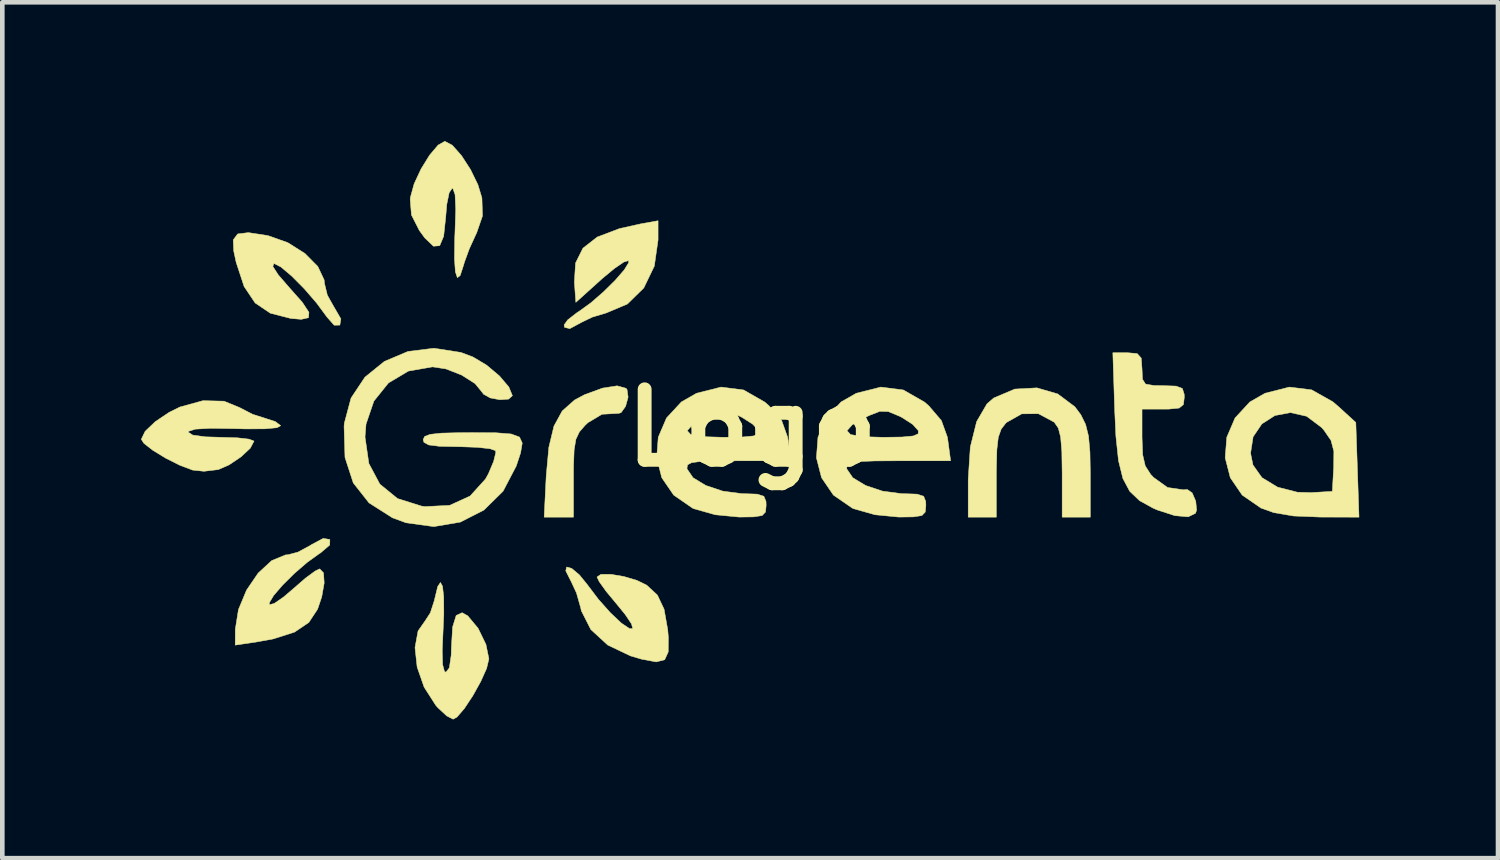
<source format=kicad_pcb>
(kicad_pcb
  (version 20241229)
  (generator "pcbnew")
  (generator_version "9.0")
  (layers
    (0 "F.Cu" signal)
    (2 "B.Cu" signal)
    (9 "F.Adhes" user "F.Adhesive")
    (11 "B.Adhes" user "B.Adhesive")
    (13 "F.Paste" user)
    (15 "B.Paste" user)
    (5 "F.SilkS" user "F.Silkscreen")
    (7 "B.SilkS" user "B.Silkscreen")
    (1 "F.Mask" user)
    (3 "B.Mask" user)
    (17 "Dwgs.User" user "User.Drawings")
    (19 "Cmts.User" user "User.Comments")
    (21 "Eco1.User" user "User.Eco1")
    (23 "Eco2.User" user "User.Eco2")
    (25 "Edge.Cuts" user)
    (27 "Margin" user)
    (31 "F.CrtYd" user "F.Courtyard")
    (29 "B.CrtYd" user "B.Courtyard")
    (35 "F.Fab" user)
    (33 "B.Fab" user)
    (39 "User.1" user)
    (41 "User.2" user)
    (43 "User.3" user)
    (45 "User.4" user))
  (footprint "Logo"
    (layer "F.Cu")
    (at 13.212 6.203)
    (property "Reference" "Logo" (at 0 0 0) (layer "F.SilkS") (effects (font (size 1.524 1.524) (thickness 0.3))))
    (attr through_hole)
    (fp_poly (pts (xy -2.726 -0.857) (xy -2.703 -0.83) (xy -2.68 -0.665) (xy -2.734 -0.467) (xy -2.831 -0.331) (xy -2.882 -0.315) (xy -3.246 -0.295) (xy -3.55 -0.113) (xy -3.611 -0.055) (xy -3.734 0.087) (xy -3.809 0.246) (xy -3.847 0.476) (xy -3.86 0.83) (xy -3.861 1.062) (xy -3.861 1.93) (xy -4.495 1.93) (xy -4.451 1.041) (xy -4.394 0.42) (xy -4.284 -0.038) (xy -4.105 -0.366) (xy -3.839 -0.602) (xy -3.625 -0.717) (xy -3.232 -0.861) (xy -2.918 -0.91) (xy -2.726 -0.857)) (stroke (width 0.01) (type solid)) (fill yes) (layer "F.SilkS"))
    (fp_poly (pts (xy -2.032 -4.065) (xy -2.113 -3.499) (xy -2.341 -3.026) (xy -2.695 -2.679) (xy -3.15 -2.487) (xy -3.453 -2.396) (xy -3.698 -2.278) (xy -3.706 -2.273) (xy -3.94 -2.147) (xy -4.054 -2.174) (xy -4.064 -2.227) (xy -3.986 -2.336) (xy -3.791 -2.488) (xy -3.734 -2.525) (xy -3.481 -2.708) (xy -3.209 -2.945) (xy -2.957 -3.194) (xy -2.763 -3.418) (xy -2.667 -3.574) (xy -2.67 -3.618) (xy -2.771 -3.588) (xy -2.977 -3.447) (xy -3.245 -3.225) (xy -3.273 -3.199) (xy -3.81 -2.715) (xy -3.842 -3.153) (xy -3.816 -3.566) (xy -3.657 -3.886) (xy -3.347 -4.128) (xy -2.867 -4.31) (xy -2.413 -4.411) (xy -2.032 -4.48) (xy -2.032 -4.065)) (stroke (width 0.01) (type solid)) (fill yes) (layer "F.SilkS"))
    (fp_poly (pts (xy 6.61 -0.735) (xy 6.981 -0.457) (xy 7.109 -0.286) (xy 7.213 -0.075) (xy 7.276 0.178) (xy 7.307 0.527) (xy 7.315 0.991) (xy 7.315 1.93) (xy 6.706 1.93) (xy 6.706 0.981) (xy 6.699 0.51) (xy 6.673 0.199) (xy 6.623 0.004) (xy 6.54 -0.116) (xy 6.528 -0.127) (xy 6.192 -0.307) (xy 5.832 -0.304) (xy 5.504 -0.119) (xy 5.486 -0.102) (xy 5.387 0.027) (xy 5.325 0.202) (xy 5.294 0.47) (xy 5.284 0.881) (xy 5.283 1.016) (xy 5.283 1.93) (xy 4.674 1.93) (xy 4.674 1.12) (xy 4.72 0.413) (xy 4.857 -0.137) (xy 5.08 -0.52) (xy 5.226 -0.647) (xy 5.682 -0.84) (xy 6.16 -0.866) (xy 6.61 -0.735)) (stroke (width 0.01) (type solid)) (fill yes) (layer "F.SilkS"))
    (fp_poly (pts (xy -10.502 -4.164) (xy -10.459 -4.155) (xy -10.04 -4.007) (xy -9.668 -3.772) (xy -9.39 -3.491) (xy -9.253 -3.201) (xy -9.246 -3.126) (xy -9.183 -2.869) (xy -9.033 -2.602) (xy -9.029 -2.597) (xy -8.891 -2.358) (xy -8.913 -2.223) (xy -9.036 -2.221) (xy -9.193 -2.399) (xy -9.416 -2.701) (xy -9.683 -3.01) (xy -9.954 -3.283) (xy -10.186 -3.479) (xy -10.337 -3.556) (xy -10.339 -3.556) (xy -10.362 -3.491) (xy -10.245 -3.31) (xy -10.022 -3.052) (xy -9.726 -2.718) (xy -9.582 -2.501) (xy -9.59 -2.383) (xy -9.747 -2.348) (xy -9.973 -2.367) (xy -10.416 -2.48) (xy -10.745 -2.702) (xy -10.984 -3.059) (xy -11.155 -3.579) (xy -11.208 -3.826) (xy -11.219 -4.066) (xy -11.123 -4.194) (xy -10.892 -4.223) (xy -10.502 -4.164)) (stroke (width 0.01) (type solid)) (fill yes) (layer "F.SilkS"))
    (fp_poly (pts (xy -9.129 2.413) (xy -9.132 2.533) (xy -9.33 2.702) (xy -9.365 2.724) (xy -9.623 2.91) (xy -9.898 3.148) (xy -10.151 3.399) (xy -10.344 3.623) (xy -10.438 3.78) (xy -10.435 3.823) (xy -10.332 3.796) (xy -10.13 3.657) (xy -9.91 3.469) (xy -9.653 3.246) (xy -9.446 3.094) (xy -9.349 3.048) (xy -9.266 3.134) (xy -9.252 3.355) (xy -9.305 3.655) (xy -9.394 3.919) (xy -9.584 4.207) (xy -9.893 4.416) (xy -10.353 4.563) (xy -10.693 4.625) (xy -11.176 4.697) (xy -11.174 4.355) (xy -11.106 3.929) (xy -10.931 3.508) (xy -10.68 3.14) (xy -10.388 2.87) (xy -10.087 2.746) (xy -10.035 2.743) (xy -9.82 2.686) (xy -9.561 2.547) (xy -9.533 2.528) (xy -9.273 2.389) (xy -9.129 2.413)) (stroke (width 0.01) (type solid)) (fill yes) (layer "F.SilkS"))
    (fp_poly (pts (xy -6.693 3.424) (xy -6.667 3.659) (xy -6.665 4.031) (xy -6.678 4.318) (xy -6.699 4.808) (xy -6.691 5.117) (xy -6.652 5.264) (xy -6.619 5.283) (xy -6.545 5.187) (xy -6.506 4.919) (xy -6.501 4.75) (xy -6.475 4.306) (xy -6.398 4.056) (xy -6.269 3.996) (xy -6.148 4.063) (xy -5.924 4.332) (xy -5.754 4.682) (xy -5.69 4.994) (xy -5.739 5.2) (xy -5.867 5.485) (xy -6.038 5.792) (xy -6.22 6.067) (xy -6.38 6.253) (xy -6.464 6.299) (xy -6.603 6.227) (xy -6.794 6.05) (xy -6.84 5.997) (xy -7.091 5.605) (xy -7.242 5.172) (xy -7.288 4.75) (xy -7.222 4.391) (xy -7.069 4.172) (xy -6.956 3.998) (xy -6.869 3.729) (xy -6.864 3.705) (xy -6.797 3.43) (xy -6.738 3.342) (xy -6.693 3.424)) (stroke (width 0.01) (type solid)) (fill yes) (layer "F.SilkS"))
    (fp_poly (pts (xy -6.481 -6.112) (xy -6.284 -5.89) (xy -6.088 -5.588) (xy -5.928 -5.26) (xy -5.841 -4.973) (xy -5.829 -4.583) (xy -5.958 -4.209) (xy -5.969 -4.189) (xy -6.114 -3.872) (xy -6.222 -3.576) (xy -6.234 -3.531) (xy -6.311 -3.295) (xy -6.372 -3.248) (xy -6.415 -3.376) (xy -6.435 -3.664) (xy -6.429 -4.099) (xy -6.424 -4.216) (xy -6.407 -4.726) (xy -6.422 -5.044) (xy -6.468 -5.176) (xy -6.484 -5.182) (xy -6.549 -5.087) (xy -6.601 -4.833) (xy -6.625 -4.547) (xy -6.668 -4.145) (xy -6.754 -3.94) (xy -6.889 -3.929) (xy -7.078 -4.11) (xy -7.193 -4.267) (xy -7.365 -4.605) (xy -7.392 -4.941) (xy -7.387 -4.988) (xy -7.307 -5.278) (xy -7.157 -5.6) (xy -6.973 -5.898) (xy -6.788 -6.116) (xy -6.642 -6.198) (xy -6.481 -6.112)) (stroke (width 0.01) (type solid)) (fill yes) (layer "F.SilkS"))
    (fp_poly (pts (xy -3.9 3.038) (xy -3.735 3.176) (xy -3.572 3.376) (xy -3.323 3.705) (xy -3.062 3.998) (xy -2.826 4.221) (xy -2.65 4.339) (xy -2.579 4.34) (xy -2.607 4.237) (xy -2.744 4.033) (xy -2.934 3.8) (xy -3.154 3.535) (xy -3.305 3.324) (xy -3.353 3.224) (xy -3.267 3.166) (xy -3.053 3.166) (xy -2.773 3.213) (xy -2.489 3.297) (xy -2.278 3.4) (xy -2.047 3.614) (xy -1.902 3.92) (xy -1.823 4.365) (xy -1.809 4.537) (xy -1.812 4.844) (xy -1.889 5.013) (xy -2.072 5.06) (xy -2.392 5) (xy -2.629 4.93) (xy -3.12 4.696) (xy -3.486 4.36) (xy -3.691 3.956) (xy -3.706 3.887) (xy -3.796 3.57) (xy -3.92 3.303) (xy -3.925 3.297) (xy -4.028 3.091) (xy -4.009 3.007) (xy -3.9 3.038)) (stroke (width 0.01) (type solid)) (fill yes) (layer "F.SilkS"))
    (fp_poly (pts (xy -11.417 -0.578) (xy -11.083 -0.441) (xy -10.798 -0.294) (xy -10.534 -0.21) (xy -10.308 -0.137) (xy -10.193 -0.049) (xy -10.193 -0.048) (xy -10.273 -0.004) (xy -10.534 0.02) (xy -10.956 0.022) (xy -11.176 0.016) (xy -11.706 0.008) (xy -12.04 0.027) (xy -12.185 0.074) (xy -12.192 0.092) (xy -12.095 0.155) (xy -11.818 0.193) (xy -11.481 0.203) (xy -11.13 0.214) (xy -10.876 0.243) (xy -10.77 0.284) (xy -10.77 0.287) (xy -10.851 0.44) (xy -11.052 0.627) (xy -11.309 0.8) (xy -11.541 0.901) (xy -11.851 0.938) (xy -12.097 0.912) (xy -12.371 0.809) (xy -12.676 0.656) (xy -12.955 0.486) (xy -13.15 0.334) (xy -13.207 0.246) (xy -13.124 0.074) (xy -12.905 -0.135) (xy -12.603 -0.338) (xy -12.372 -0.452) (xy -11.873 -0.589) (xy -11.417 -0.578)) (stroke (width 0.01) (type solid)) (fill yes) (layer "F.SilkS"))
    (fp_poly (pts (xy 12.101 -0.823) (xy 12.559 -0.565) (xy 12.683 -0.459) (xy 13.056 -0.118) (xy 13.091 0.906) (xy 13.125 1.93) (xy 12.278 1.928) (xy 11.709 1.905) (xy 11.282 1.832) (xy 11.005 1.733) (xy 10.599 1.453) (xy 10.342 1.077) (xy 10.231 0.646) (xy 10.239 0.547) (xy 10.78 0.547) (xy 10.832 0.802) (xy 11.027 1.076) (xy 11.365 1.281) (xy 11.795 1.391) (xy 12.09 1.399) (xy 12.548 1.372) (xy 12.578 0.845) (xy 12.581 0.505) (xy 12.52 0.272) (xy 12.369 0.052) (xy 12.315 -0.01) (xy 11.992 -0.252) (xy 11.643 -0.331) (xy 11.307 -0.268) (xy 11.024 -0.086) (xy 10.835 0.193) (xy 10.78 0.547) (xy 10.239 0.547) (xy 10.266 0.202) (xy 10.444 -0.214) (xy 10.764 -0.561) (xy 11.092 -0.749) (xy 11.619 -0.883) (xy 12.101 -0.823)) (stroke (width 0.01) (type solid)) (fill yes) (layer "F.SilkS"))
    (fp_poly (pts (xy 8.329 -1.607) (xy 8.416 -1.509) (xy 8.433 -1.271) (xy 8.433 -1.27) (xy 8.443 -1.052) (xy 8.509 -0.948) (xy 8.687 -0.917) (xy 8.89 -0.914) (xy 9.172 -0.904) (xy 9.306 -0.852) (xy 9.345 -0.729) (xy 9.347 -0.66) (xy 9.328 -0.504) (xy 9.235 -0.429) (xy 9.013 -0.407) (xy 8.89 -0.406) (xy 8.433 -0.406) (xy 8.433 0.208) (xy 8.447 0.58) (xy 8.503 0.823) (xy 8.621 1.006) (xy 8.682 1.071) (xy 8.986 1.289) (xy 9.33 1.339) (xy 9.411 1.331) (xy 9.517 1.404) (xy 9.595 1.585) (xy 9.613 1.777) (xy 9.59 1.846) (xy 9.431 1.923) (xy 9.141 1.897) (xy 8.762 1.774) (xy 8.668 1.733) (xy 8.378 1.572) (xy 8.166 1.37) (xy 8.019 1.093) (xy 7.924 0.708) (xy 7.868 0.181) (xy 7.842 -0.381) (xy 7.802 -1.626) (xy 8.118 -1.626) (xy 8.329 -1.607)) (stroke (width 0.01) (type solid)) (fill yes) (layer "F.SilkS"))
    (fp_poly (pts (xy -0.181 -0.82) (xy 0.276 -0.558) (xy 0.37 -0.476) (xy 0.64 -0.16) (xy 0.768 0.196) (xy 0.782 0.279) (xy 0.84 0.711) (xy -0.299 0.711) (xy -0.794 0.714) (xy -1.119 0.726) (xy -1.308 0.752) (xy -1.393 0.798) (xy -1.407 0.869) (xy -1.404 0.889) (xy -1.276 1.077) (xy -1.001 1.244) (xy -0.633 1.367) (xy -0.228 1.421) (xy -0.178 1.422) (xy 0.114 1.432) (xy 0.256 1.478) (xy 0.302 1.59) (xy 0.305 1.676) (xy 0.291 1.819) (xy 0.218 1.895) (xy 0.037 1.924) (xy -0.279 1.928) (xy -0.796 1.878) (xy -1.253 1.749) (xy -1.289 1.733) (xy -1.694 1.453) (xy -1.952 1.077) (xy -2.062 0.646) (xy -2.028 0.202) (xy -1.967 0.06) (xy -1.402 0.06) (xy -1.324 0.144) (xy -1.051 0.19) (xy -0.621 0.203) (xy -0.21 0.197) (xy 0.032 0.174) (xy 0.137 0.128) (xy 0.141 0.059) (xy 0.019 -0.077) (xy -0.213 -0.226) (xy -0.266 -0.253) (xy -0.509 -0.353) (xy -0.693 -0.358) (xy -0.925 -0.267) (xy -0.989 -0.235) (xy -1.289 -0.065) (xy -1.402 0.06) (xy -1.967 0.06) (xy -1.85 -0.214) (xy -1.529 -0.561) (xy -1.201 -0.749) (xy -0.669 -0.883) (xy -0.181 -0.82)) (stroke (width 0.01) (type solid)) (fill yes) (layer "F.SilkS"))
    (fp_poly (pts (xy 3.273 -0.82) (xy 3.73 -0.558) (xy 3.824 -0.476) (xy 4.094 -0.16) (xy 4.223 0.196) (xy 4.236 0.279) (xy 4.294 0.711) (xy 3.156 0.711) (xy 2.66 0.714) (xy 2.335 0.726) (xy 2.146 0.752) (xy 2.062 0.798) (xy 2.047 0.869) (xy 2.05 0.889) (xy 2.178 1.077) (xy 2.454 1.244) (xy 2.821 1.367) (xy 3.226 1.421) (xy 3.277 1.422) (xy 3.569 1.432) (xy 3.711 1.478) (xy 3.756 1.59) (xy 3.759 1.676) (xy 3.746 1.819) (xy 3.673 1.895) (xy 3.491 1.924) (xy 3.175 1.928) (xy 2.659 1.878) (xy 2.202 1.749) (xy 2.166 1.733) (xy 1.76 1.453) (xy 1.503 1.077) (xy 1.392 0.646) (xy 1.426 0.202) (xy 1.487 0.06) (xy 2.053 0.06) (xy 2.131 0.144) (xy 2.403 0.19) (xy 2.833 0.203) (xy 3.245 0.197) (xy 3.487 0.174) (xy 3.592 0.128) (xy 3.596 0.059) (xy 3.473 -0.077) (xy 3.242 -0.226) (xy 3.189 -0.253) (xy 2.946 -0.353) (xy 2.762 -0.358) (xy 2.53 -0.267) (xy 2.466 -0.235) (xy 2.165 -0.065) (xy 2.053 0.06) (xy 1.487 0.06) (xy 1.605 -0.214) (xy 1.925 -0.561) (xy 2.253 -0.749) (xy 2.785 -0.883) (xy 3.273 -0.82)) (stroke (width 0.01) (type solid)) (fill yes) (layer "F.SilkS"))
    (fp_poly (pts (xy -6.295 -1.632) (xy -6.037 -1.535) (xy -5.739 -1.357) (xy -5.462 -1.124) (xy -5.259 -0.885) (xy -5.182 -0.697) (xy -5.263 -0.623) (xy -5.451 -0.609) (xy -5.661 -0.648) (xy -5.809 -0.731) (xy -5.828 -0.761) (xy -5.989 -0.958) (xy -6.278 -1.142) (xy -6.62 -1.276) (xy -6.909 -1.32) (xy -7.43 -1.229) (xy -7.862 -0.972) (xy -8.177 -0.58) (xy -8.347 -0.083) (xy -8.369 0.195) (xy -8.286 0.769) (xy -8.048 1.216) (xy -7.665 1.528) (xy -7.145 1.691) (xy -7.074 1.701) (xy -6.54 1.675) (xy -6.097 1.473) (xy -5.764 1.106) (xy -5.7 0.991) (xy -5.588 0.725) (xy -5.541 0.534) (xy -5.548 0.491) (xy -5.668 0.45) (xy -5.936 0.42) (xy -6.299 0.407) (xy -6.356 0.406) (xy -6.756 0.398) (xy -6.99 0.369) (xy -7.095 0.311) (xy -7.112 0.254) (xy -7.079 0.184) (xy -6.959 0.139) (xy -6.719 0.113) (xy -6.326 0.103) (xy -6.045 0.102) (xy -5.539 0.105) (xy -5.209 0.131) (xy -5.028 0.198) (xy -4.969 0.328) (xy -5.005 0.541) (xy -5.098 0.823) (xy -5.383 1.368) (xy -5.798 1.777) (xy -6.308 2.037) (xy -6.881 2.134) (xy -7.481 2.052) (xy -7.777 1.943) (xy -8.283 1.621) (xy -8.623 1.189) (xy -8.802 0.639) (xy -8.822 -0.035) (xy -8.816 -0.103) (xy -8.671 -0.646) (xy -8.371 -1.097) (xy -7.95 -1.438) (xy -7.441 -1.653) (xy -6.878 -1.723) (xy -6.295 -1.632)) (stroke (width 0.01) (type solid)) (fill yes) (layer "F.SilkS")))
  (gr_rect
    (start -3 -3)
    (end 29.343 15.507)
    (stroke (width 0.1) (type default))
    (fill no)
    (layer "Edge.Cuts")))
</source>
